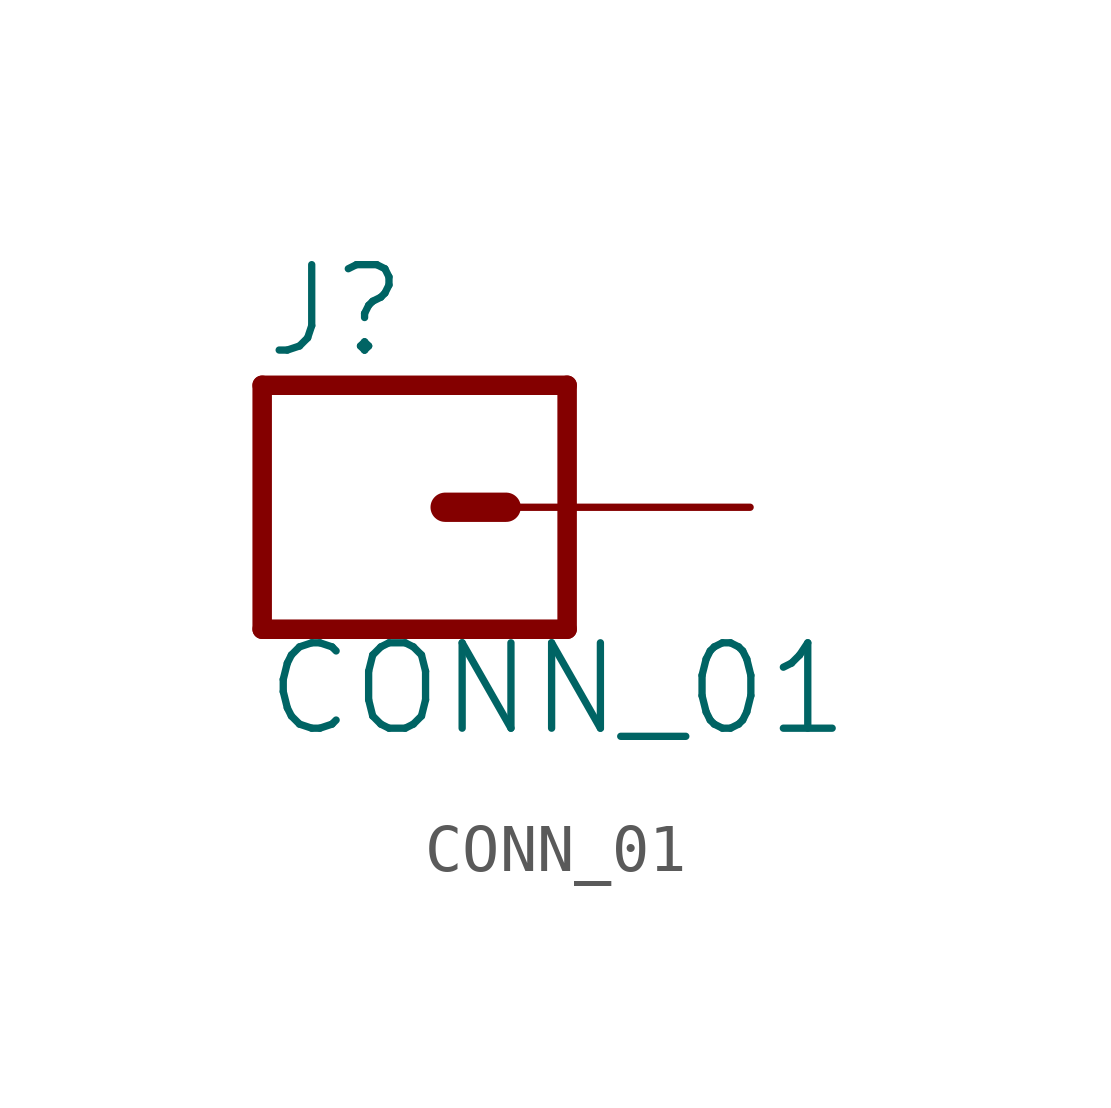
<source format=kicad_sym>
(kicad_symbol_lib
  (version 20211014)
  (generator kicad_symbol_editor)
  (symbol "CONN_01"
    (property "Reference" "J"
      (at -2.54 3.048 0)
      (effects (font (size 1.778 1.778)) (justify left bottom)))
    (property "Value" "CONN_01"
      (at -2.54 -4.826 0)
      (effects (font (size 1.778 1.778)) (justify left bottom)))
    (property "ki_locked" ""
      (at 0 0 0)
      (effects (font (size 1.27 1.27))))
    (symbol "CONN_01_1_0"
      (polyline (pts (xy -2.54 2.54) (xy -2.54 -2.54)) (stroke (width 0.406) (type default) (color 0 0 0 0)) (fill (type none)))
      (polyline (pts (xy -2.54 2.54) (xy 3.81 2.54)) (stroke (width 0.406) (type default) (color 0 0 0 0)) (fill (type none)))
      (polyline (pts (xy 1.27 0) (xy 2.54 0)) (stroke (width 0.61) (type default) (color 0 0 0 0)) (fill (type none)))
      (polyline (pts (xy 3.81 -2.54) (xy -2.54 -2.54)) (stroke (width 0.406) (type default) (color 0 0 0 0)) (fill (type none)))
      (polyline (pts (xy 3.81 -2.54) (xy 3.81 2.54)) (stroke (width 0.406) (type default) (color 0 0 0 0)) (fill (type none)))
      (pin passive line (at 7.62 0 180) (length 5.08) (name "1" (effects (font (size 0 0)))) (number "1" (effects (font (size 0 0))))))))
</source>
